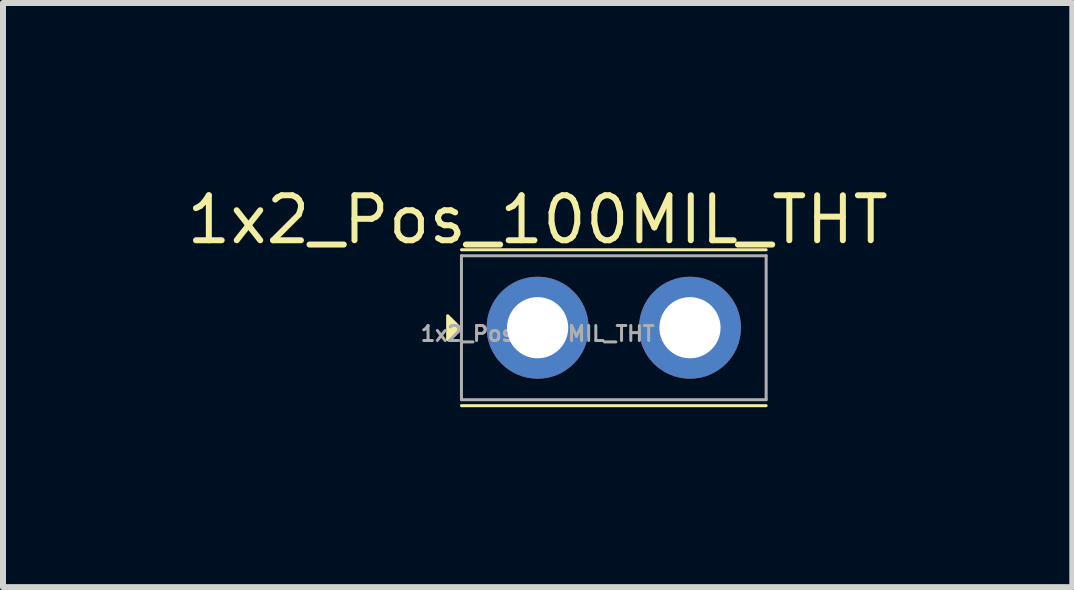
<source format=kicad_pcb>
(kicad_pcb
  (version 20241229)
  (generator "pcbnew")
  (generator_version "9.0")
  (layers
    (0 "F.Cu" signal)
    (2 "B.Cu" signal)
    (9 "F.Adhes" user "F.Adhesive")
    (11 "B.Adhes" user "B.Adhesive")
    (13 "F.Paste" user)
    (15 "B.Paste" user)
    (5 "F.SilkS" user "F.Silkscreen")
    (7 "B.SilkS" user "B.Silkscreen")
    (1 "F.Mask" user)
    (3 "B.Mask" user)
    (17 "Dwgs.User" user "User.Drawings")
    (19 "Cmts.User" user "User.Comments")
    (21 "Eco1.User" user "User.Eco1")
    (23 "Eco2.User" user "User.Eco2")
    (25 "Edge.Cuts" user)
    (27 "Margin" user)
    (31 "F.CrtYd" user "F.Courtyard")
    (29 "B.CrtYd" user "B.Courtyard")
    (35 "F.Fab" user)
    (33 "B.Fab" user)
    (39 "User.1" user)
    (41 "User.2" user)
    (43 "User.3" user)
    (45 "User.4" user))
  (footprint "1x2_Pos_100MIL_THT"
    (layer "F.Cu")
    (at 5.914 2.414)
    (property "Reference" "1x2_Pos_100MIL_THT" (at 0 -1.8 0) (unlocked yes) (layer "F.SilkS") (effects (font (size 0.75 0.75) (thickness 0.1))))
    (attr smd)
    (fp_line (start -1.27 -1.3) (end 3.81 -1.3) (stroke (width 0.05) (type solid)) (layer "F.SilkS"))
    (fp_line (start -1.27 1.3) (end 3.81 1.3) (stroke (width 0.05) (type solid)) (layer "F.SilkS"))
    (fp_poly (pts (xy -1.3 0) (xy -1.5 0.2) (xy -1.5 -0.2)) (stroke (width 0.05) (type solid)) (fill yes) (layer "F.SilkS"))
    (fp_line (start -1.27 -1.2) (end -1.27 1.2) (stroke (width 0.05) (type solid)) (layer "F.Fab"))
    (fp_line (start -1.27 -1.2) (end 3.81 -1.2) (stroke (width 0.05) (type solid)) (layer "F.Fab"))
    (fp_line (start 3.81 -1.2) (end 3.81 1.2) (stroke (width 0.05) (type solid)) (layer "F.Fab"))
    (fp_line (start 3.81 1.2) (end -1.27 1.2) (stroke (width 0.05) (type solid)) (layer "F.Fab"))
    (fp_text user "${REFERENCE}" (at 0 0.1 0) (unlocked yes) (layer "F.Fab") (effects (font (size 0.25 0.25) (thickness 0.05))))
    (pad "1" thru_hole circle (at 0 0 90) (size 1.7 1.7) (drill 1.02) (layers "*.Cu" "*.Mask"))
    (pad "2" thru_hole circle (at 2.54 0) (size 1.7 1.7) (drill 1.02) (layers "*.Cu" "*.Mask")))
  (gr_rect
    (start -3 -3)
    (end 14.829 6.739)
    (stroke (width 0.1) (type default))
    (fill no)
    (layer "Edge.Cuts")))
</source>
